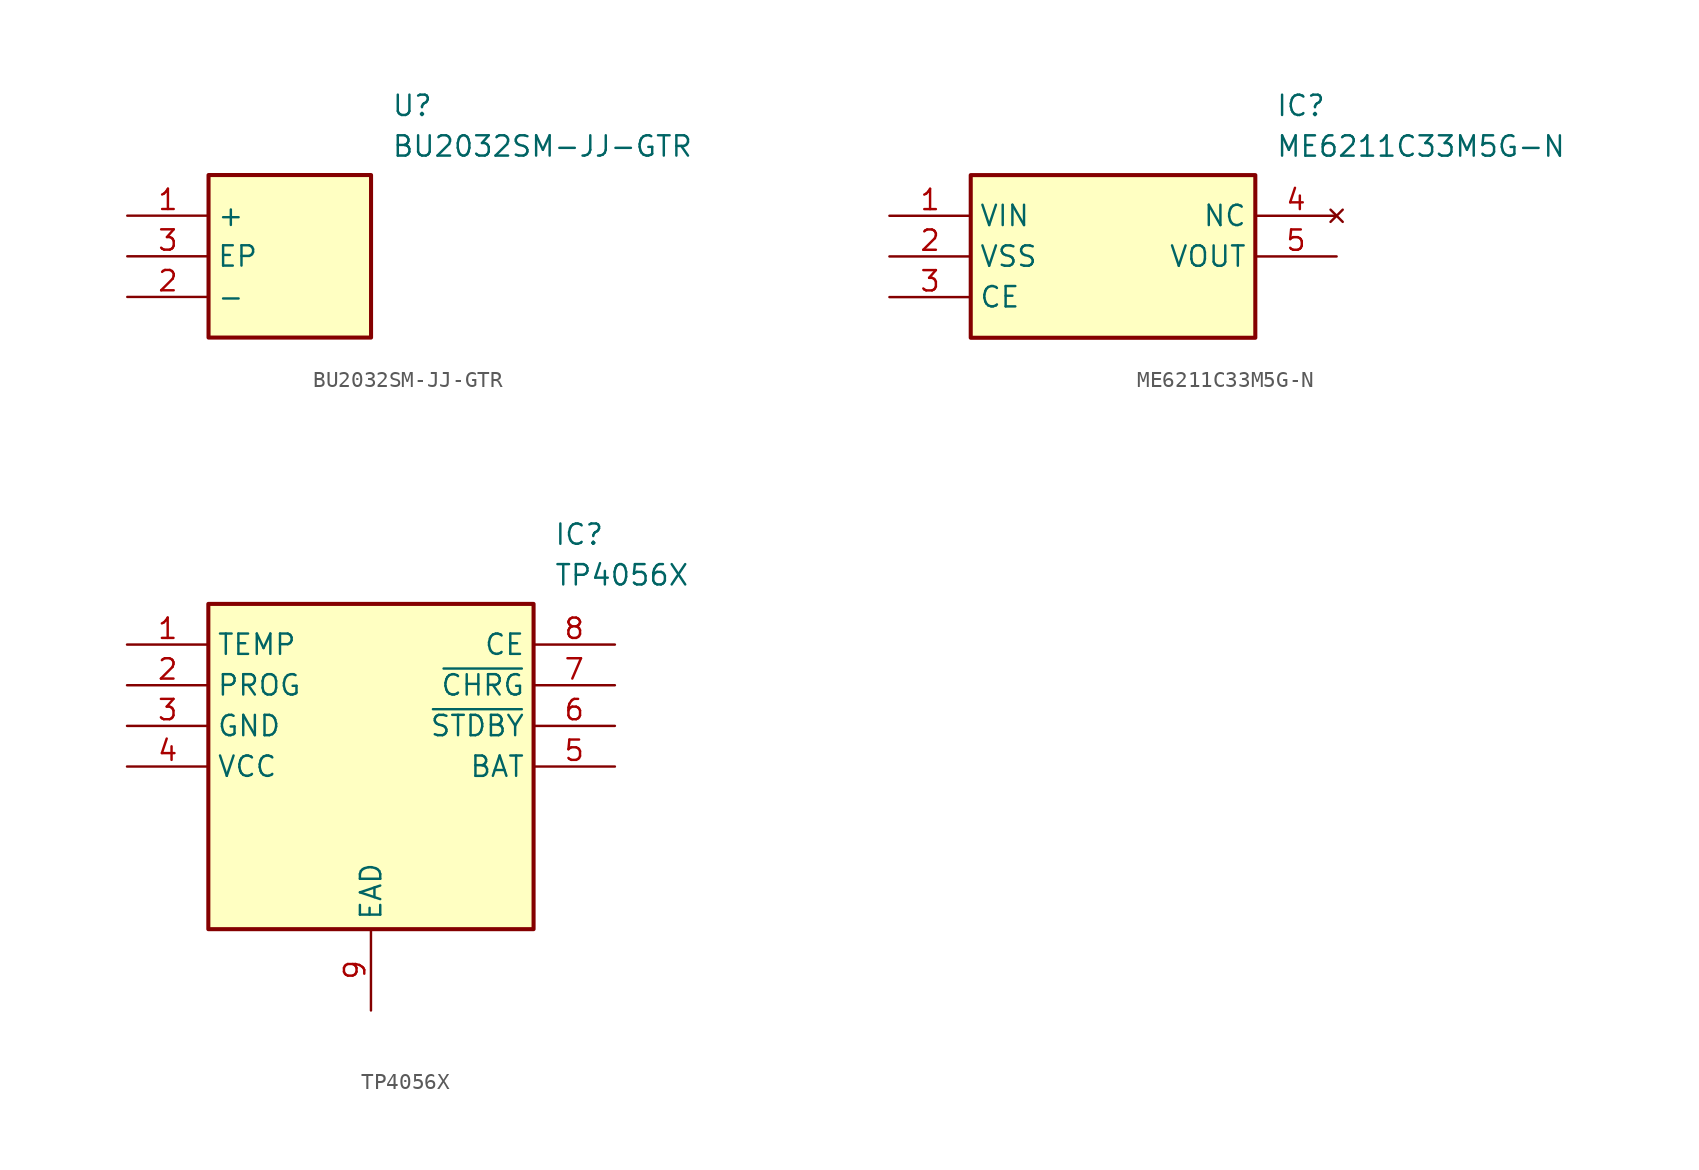
<source format=kicad_sym>
(kicad_symbol_lib
  (version 20220914)
  (generator SamacSys_ECAD_Model)
  (symbol "BU2032SM-JJ-GTR"
    (property "Reference" "U"
      (at 16.51 7.62 0)
      (effects (font (size 1.27 1.27)) (justify left top)))
    (property "Value" "BU2032SM-JJ-GTR"
      (at 16.51 5.08 0)
      (effects (font (size 1.27 1.27)) (justify left top)))
    (rectangle
      (start 5.08 2.54)
      (end 15.24 -7.62)
      (stroke (width 0.254) (type default))
      (fill (type background)))
    (pin passive line
      (at 0 0 0)
      (length 5.08)
      (name "+" (effects (font (size 1.27 1.27))))
      (number "1" (effects (font (size 1.27 1.27)))))
    (pin passive line
      (at 0 -5.08 0)
      (length 5.08)
      (name "-" (effects (font (size 1.27 1.27))))
      (number "2" (effects (font (size 1.27 1.27)))))
    (pin passive line
      (at 0 -2.54 0)
      (length 5.08)
      (name "EP" (effects (font (size 1.27 1.27))))
      (number "3" (effects (font (size 1.27 1.27))))))
  (symbol "ME6211C33M5G-N"
    (property "Reference" "IC"
      (at 24.13 7.62 0)
      (effects (font (size 1.27 1.27)) (justify left top)))
    (property "Value" "ME6211C33M5G-N"
      (at 24.13 5.08 0)
      (effects (font (size 1.27 1.27)) (justify left top)))
    (rectangle
      (start 5.08 2.54)
      (end 22.86 -7.62)
      (stroke (width 0.254) (type default))
      (fill (type background)))
    (pin passive line
      (at 0 0 0)
      (length 5.08)
      (name "VIN" (effects (font (size 1.27 1.27))))
      (number "1" (effects (font (size 1.27 1.27)))))
    (pin passive line
      (at 0 -2.54 0)
      (length 5.08)
      (name "VSS" (effects (font (size 1.27 1.27))))
      (number "2" (effects (font (size 1.27 1.27)))))
    (pin passive line
      (at 0 -5.08 0)
      (length 5.08)
      (name "CE" (effects (font (size 1.27 1.27))))
      (number "3" (effects (font (size 1.27 1.27)))))
    (pin no_connect line
      (at 27.94 0 180)
      (length 5.08)
      (name "NC" (effects (font (size 1.27 1.27))))
      (number "4" (effects (font (size 1.27 1.27)))))
    (pin passive line
      (at 27.94 -2.54 180)
      (length 5.08)
      (name "VOUT" (effects (font (size 1.27 1.27))))
      (number "5" (effects (font (size 1.27 1.27))))))
  (symbol "TP4056X"
    (property "Reference" "IC"
      (at 26.67 7.62 0)
      (effects (font (size 1.27 1.27)) (justify left top)))
    (property "Value" "TP4056X"
      (at 26.67 5.08 0)
      (effects (font (size 1.27 1.27)) (justify left top)))
    (rectangle
      (start 5.08 2.54)
      (end 25.4 -17.78)
      (stroke (width 0.254) (type default))
      (fill (type background)))
    (pin passive line
      (at 0 0 0)
      (length 5.08)
      (name "TEMP" (effects (font (size 1.27 1.27))))
      (number "1" (effects (font (size 1.27 1.27)))))
    (pin passive line
      (at 0 -2.54 0)
      (length 5.08)
      (name "PROG" (effects (font (size 1.27 1.27))))
      (number "2" (effects (font (size 1.27 1.27)))))
    (pin passive line
      (at 0 -5.08 0)
      (length 5.08)
      (name "GND" (effects (font (size 1.27 1.27))))
      (number "3" (effects (font (size 1.27 1.27)))))
    (pin passive line
      (at 0 -7.62 0)
      (length 5.08)
      (name "VCC" (effects (font (size 1.27 1.27))))
      (number "4" (effects (font (size 1.27 1.27)))))
    (pin passive line
      (at 15.24 -22.86 90)
      (length 5.08)
      (name "EAD" (effects (font (size 1.27 1.27))))
      (number "9" (effects (font (size 1.27 1.27)))))
    (pin passive line
      (at 30.48 0 180)
      (length 5.08)
      (name "CE" (effects (font (size 1.27 1.27))))
      (number "8" (effects (font (size 1.27 1.27)))))
    (pin passive line
      (at 30.48 -2.54 180)
      (length 5.08)
      (name "~{CHRG}" (effects (font (size 1.27 1.27))))
      (number "7" (effects (font (size 1.27 1.27)))))
    (pin passive line
      (at 30.48 -5.08 180)
      (length 5.08)
      (name "~{STDBY}" (effects (font (size 1.27 1.27))))
      (number "6" (effects (font (size 1.27 1.27)))))
    (pin passive line
      (at 30.48 -7.62 180)
      (length 5.08)
      (name "BAT" (effects (font (size 1.27 1.27))))
      (number "5" (effects (font (size 1.27 1.27)))))))
</source>
